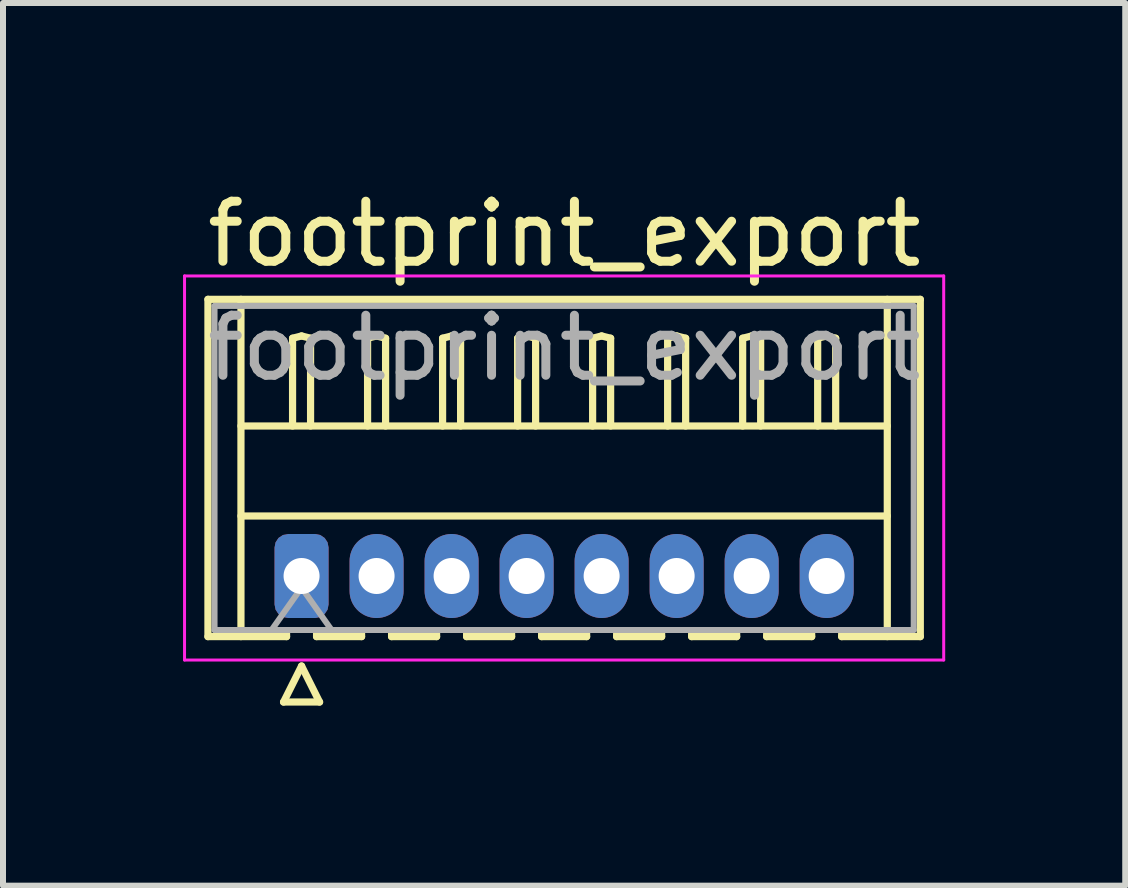
<source format=kicad_pcb>
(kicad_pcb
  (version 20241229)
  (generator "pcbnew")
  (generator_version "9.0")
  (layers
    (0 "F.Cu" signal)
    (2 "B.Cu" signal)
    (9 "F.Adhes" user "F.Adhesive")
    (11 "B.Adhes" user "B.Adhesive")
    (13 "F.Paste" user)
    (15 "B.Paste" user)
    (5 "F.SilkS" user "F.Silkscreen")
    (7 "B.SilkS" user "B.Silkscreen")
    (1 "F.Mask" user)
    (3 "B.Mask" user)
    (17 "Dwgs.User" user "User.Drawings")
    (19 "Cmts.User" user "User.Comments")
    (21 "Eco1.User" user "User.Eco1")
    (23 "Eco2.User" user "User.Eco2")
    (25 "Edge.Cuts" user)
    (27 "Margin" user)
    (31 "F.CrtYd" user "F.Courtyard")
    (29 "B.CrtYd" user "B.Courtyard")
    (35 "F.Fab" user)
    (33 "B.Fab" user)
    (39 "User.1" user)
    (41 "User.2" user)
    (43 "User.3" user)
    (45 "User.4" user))
  (footprint "footprint_export"
    (layer "F.Cu")
    (at 1.975 6.548)
    (property "Reference" "footprint_export" (at 4.38 -5.7 0) (layer "F.SilkS") (effects (font (size 1 1) (thickness 0.15))))
    (attr through_hole)
    (fp_line (start -1.56 -4.61) (end 10.31 -4.61) (stroke (width 0.12) (type solid)) (layer "F.SilkS"))
    (fp_line (start -1.56 1.01) (end -1.56 -4.61) (stroke (width 0.12) (type solid)) (layer "F.SilkS"))
    (fp_line (start -1.01 -4.61) (end -1.01 1.01) (stroke (width 0.12) (type solid)) (layer "F.SilkS"))
    (fp_line (start -1.01 -2.5) (end 9.76 -2.5) (stroke (width 0.12) (type solid)) (layer "F.SilkS"))
    (fp_line (start -1.01 -1) (end 9.76 -1) (stroke (width 0.12) (type solid)) (layer "F.SilkS"))
    (fp_line (start -0.3 2.1) (end 0.3 2.1) (stroke (width 0.12) (type solid)) (layer "F.SilkS"))
    (fp_line (start -0.25 0.96) (end -0.25 1.01) (stroke (width 0.12) (type solid)) (layer "F.SilkS"))
    (fp_line (start -0.25 1.01) (end -1.56 1.01) (stroke (width 0.12) (type solid)) (layer "F.SilkS"))
    (fp_line (start -0.15 -3.962) (end 0 -4) (stroke (width 0.12) (type solid)) (layer "F.SilkS"))
    (fp_line (start -0.15 -2.5) (end -0.15 -3.962) (stroke (width 0.12) (type solid)) (layer "F.SilkS"))
    (fp_line (start 0 -4) (end 0.15 -3.962) (stroke (width 0.12) (type solid)) (layer "F.SilkS"))
    (fp_line (start 0 1.5) (end -0.3 2.1) (stroke (width 0.12) (type solid)) (layer "F.SilkS"))
    (fp_line (start 0.15 -3.962) (end 0.15 -2.5) (stroke (width 0.12) (type solid)) (layer "F.SilkS"))
    (fp_line (start 0.25 0.96) (end 0.25 1.01) (stroke (width 0.12) (type solid)) (layer "F.SilkS"))
    (fp_line (start 0.25 1.01) (end 1 1.01) (stroke (width 0.12) (type solid)) (layer "F.SilkS"))
    (fp_line (start 0.3 2.1) (end 0 1.5) (stroke (width 0.12) (type solid)) (layer "F.SilkS"))
    (fp_line (start 1 1.01) (end 1 0.96) (stroke (width 0.12) (type solid)) (layer "F.SilkS"))
    (fp_line (start 1.1 -3.962) (end 1.25 -4) (stroke (width 0.12) (type solid)) (layer "F.SilkS"))
    (fp_line (start 1.1 -2.5) (end 1.1 -3.962) (stroke (width 0.12) (type solid)) (layer "F.SilkS"))
    (fp_line (start 1.25 -4) (end 1.4 -3.962) (stroke (width 0.12) (type solid)) (layer "F.SilkS"))
    (fp_line (start 1.4 -3.962) (end 1.4 -2.5) (stroke (width 0.12) (type solid)) (layer "F.SilkS"))
    (fp_line (start 1.5 0.96) (end 1.5 1.01) (stroke (width 0.12) (type solid)) (layer "F.SilkS"))
    (fp_line (start 1.5 1.01) (end 2.25 1.01) (stroke (width 0.12) (type solid)) (layer "F.SilkS"))
    (fp_line (start 2.25 1.01) (end 2.25 0.96) (stroke (width 0.12) (type solid)) (layer "F.SilkS"))
    (fp_line (start 2.35 -3.962) (end 2.5 -4) (stroke (width 0.12) (type solid)) (layer "F.SilkS"))
    (fp_line (start 2.35 -2.5) (end 2.35 -3.962) (stroke (width 0.12) (type solid)) (layer "F.SilkS"))
    (fp_line (start 2.5 -4) (end 2.65 -3.962) (stroke (width 0.12) (type solid)) (layer "F.SilkS"))
    (fp_line (start 2.65 -3.962) (end 2.65 -2.5) (stroke (width 0.12) (type solid)) (layer "F.SilkS"))
    (fp_line (start 2.75 0.96) (end 2.75 1.01) (stroke (width 0.12) (type solid)) (layer "F.SilkS"))
    (fp_line (start 2.75 1.01) (end 3.5 1.01) (stroke (width 0.12) (type solid)) (layer "F.SilkS"))
    (fp_line (start 3.5 1.01) (end 3.5 0.96) (stroke (width 0.12) (type solid)) (layer "F.SilkS"))
    (fp_line (start 3.6 -3.962) (end 3.75 -4) (stroke (width 0.12) (type solid)) (layer "F.SilkS"))
    (fp_line (start 3.6 -2.5) (end 3.6 -3.962) (stroke (width 0.12) (type solid)) (layer "F.SilkS"))
    (fp_line (start 3.75 -4) (end 3.9 -3.962) (stroke (width 0.12) (type solid)) (layer "F.SilkS"))
    (fp_line (start 3.9 -3.962) (end 3.9 -2.5) (stroke (width 0.12) (type solid)) (layer "F.SilkS"))
    (fp_line (start 4 0.96) (end 4 1.01) (stroke (width 0.12) (type solid)) (layer "F.SilkS"))
    (fp_line (start 4 1.01) (end 4.75 1.01) (stroke (width 0.12) (type solid)) (layer "F.SilkS"))
    (fp_line (start 4.75 1.01) (end 4.75 0.96) (stroke (width 0.12) (type solid)) (layer "F.SilkS"))
    (fp_line (start 4.85 -3.962) (end 5 -4) (stroke (width 0.12) (type solid)) (layer "F.SilkS"))
    (fp_line (start 4.85 -2.5) (end 4.85 -3.962) (stroke (width 0.12) (type solid)) (layer "F.SilkS"))
    (fp_line (start 5 -4) (end 5.15 -3.962) (stroke (width 0.12) (type solid)) (layer "F.SilkS"))
    (fp_line (start 5.15 -3.962) (end 5.15 -2.5) (stroke (width 0.12) (type solid)) (layer "F.SilkS"))
    (fp_line (start 5.25 0.96) (end 5.25 1.01) (stroke (width 0.12) (type solid)) (layer "F.SilkS"))
    (fp_line (start 5.25 1.01) (end 6 1.01) (stroke (width 0.12) (type solid)) (layer "F.SilkS"))
    (fp_line (start 6 1.01) (end 6 0.96) (stroke (width 0.12) (type solid)) (layer "F.SilkS"))
    (fp_line (start 6.1 -3.962) (end 6.25 -4) (stroke (width 0.12) (type solid)) (layer "F.SilkS"))
    (fp_line (start 6.1 -2.5) (end 6.1 -3.962) (stroke (width 0.12) (type solid)) (layer "F.SilkS"))
    (fp_line (start 6.25 -4) (end 6.4 -3.962) (stroke (width 0.12) (type solid)) (layer "F.SilkS"))
    (fp_line (start 6.4 -3.962) (end 6.4 -2.5) (stroke (width 0.12) (type solid)) (layer "F.SilkS"))
    (fp_line (start 6.5 0.96) (end 6.5 1.01) (stroke (width 0.12) (type solid)) (layer "F.SilkS"))
    (fp_line (start 6.5 1.01) (end 7.25 1.01) (stroke (width 0.12) (type solid)) (layer "F.SilkS"))
    (fp_line (start 7.25 1.01) (end 7.25 0.96) (stroke (width 0.12) (type solid)) (layer "F.SilkS"))
    (fp_line (start 7.35 -3.962) (end 7.5 -4) (stroke (width 0.12) (type solid)) (layer "F.SilkS"))
    (fp_line (start 7.35 -2.5) (end 7.35 -3.962) (stroke (width 0.12) (type solid)) (layer "F.SilkS"))
    (fp_line (start 7.5 -4) (end 7.65 -3.962) (stroke (width 0.12) (type solid)) (layer "F.SilkS"))
    (fp_line (start 7.65 -3.962) (end 7.65 -2.5) (stroke (width 0.12) (type solid)) (layer "F.SilkS"))
    (fp_line (start 7.75 0.96) (end 7.75 1.01) (stroke (width 0.12) (type solid)) (layer "F.SilkS"))
    (fp_line (start 7.75 1.01) (end 8.5 1.01) (stroke (width 0.12) (type solid)) (layer "F.SilkS"))
    (fp_line (start 8.5 1.01) (end 8.5 0.96) (stroke (width 0.12) (type solid)) (layer "F.SilkS"))
    (fp_line (start 8.6 -3.962) (end 8.75 -4) (stroke (width 0.12) (type solid)) (layer "F.SilkS"))
    (fp_line (start 8.6 -2.5) (end 8.6 -3.962) (stroke (width 0.12) (type solid)) (layer "F.SilkS"))
    (fp_line (start 8.75 -4) (end 8.9 -3.962) (stroke (width 0.12) (type solid)) (layer "F.SilkS"))
    (fp_line (start 8.9 -3.962) (end 8.9 -2.5) (stroke (width 0.12) (type solid)) (layer "F.SilkS"))
    (fp_line (start 9 1.01) (end 9 0.96) (stroke (width 0.12) (type solid)) (layer "F.SilkS"))
    (fp_line (start 9.76 -4.61) (end 9.76 1.01) (stroke (width 0.12) (type solid)) (layer "F.SilkS"))
    (fp_line (start 10.31 -4.61) (end 10.31 1.01) (stroke (width 0.12) (type solid)) (layer "F.SilkS"))
    (fp_line (start 10.31 1.01) (end 9 1.01) (stroke (width 0.12) (type solid)) (layer "F.SilkS"))
    (fp_line (start -1.95 -5) (end -1.95 1.4) (stroke (width 0.05) (type solid)) (layer "F.CrtYd"))
    (fp_line (start -1.95 1.4) (end 10.7 1.4) (stroke (width 0.05) (type solid)) (layer "F.CrtYd"))
    (fp_line (start 10.7 -5) (end -1.95 -5) (stroke (width 0.05) (type solid)) (layer "F.CrtYd"))
    (fp_line (start 10.7 1.4) (end 10.7 -5) (stroke (width 0.05) (type solid)) (layer "F.CrtYd"))
    (fp_line (start -1.45 -4.5) (end -1.45 0.9) (stroke (width 0.1) (type solid)) (layer "F.Fab"))
    (fp_line (start -1.45 0.9) (end 10.2 0.9) (stroke (width 0.1) (type solid)) (layer "F.Fab"))
    (fp_line (start -0.5 0.9) (end 0 0.193) (stroke (width 0.1) (type solid)) (layer "F.Fab"))
    (fp_line (start 0 0.193) (end 0.5 0.9) (stroke (width 0.1) (type solid)) (layer "F.Fab"))
    (fp_line (start 10.2 -4.5) (end -1.45 -4.5) (stroke (width 0.1) (type solid)) (layer "F.Fab"))
    (fp_line (start 10.2 0.9) (end 10.2 -4.5) (stroke (width 0.1) (type solid)) (layer "F.Fab"))
    (fp_text user "${REFERENCE}" (at 4.38 -3.8 0) (layer "F.Fab") (effects (font (size 1 1) (thickness 0.15))))
    (pad "1" thru_hole roundrect (at 0 0) (size 0.9 1.4) (drill 0.6) (layers "*.Cu" "*.Mask") (roundrect_rratio 0.25))
    (pad "2" thru_hole oval (at 1.25 0) (size 0.9 1.4) (drill 0.6) (layers "*.Cu" "*.Mask"))
    (pad "3" thru_hole oval (at 2.5 0) (size 0.9 1.4) (drill 0.6) (layers "*.Cu" "*.Mask"))
    (pad "4" thru_hole oval (at 3.75 0) (size 0.9 1.4) (drill 0.6) (layers "*.Cu" "*.Mask"))
    (pad "5" thru_hole oval (at 5 0) (size 0.9 1.4) (drill 0.6) (layers "*.Cu" "*.Mask"))
    (pad "6" thru_hole oval (at 6.25 0) (size 0.9 1.4) (drill 0.6) (layers "*.Cu" "*.Mask"))
    (pad "7" thru_hole oval (at 7.5 0) (size 0.9 1.4) (drill 0.6) (layers "*.Cu" "*.Mask"))
    (pad "8" thru_hole oval (at 8.75 0) (size 0.9 1.4) (drill 0.6) (layers "*.Cu" "*.Mask")))
  (gr_rect
    (start -3 -3)
    (end 15.7 11.708)
    (stroke (width 0.1) (type default))
    (fill no)
    (layer "Edge.Cuts")))
</source>
